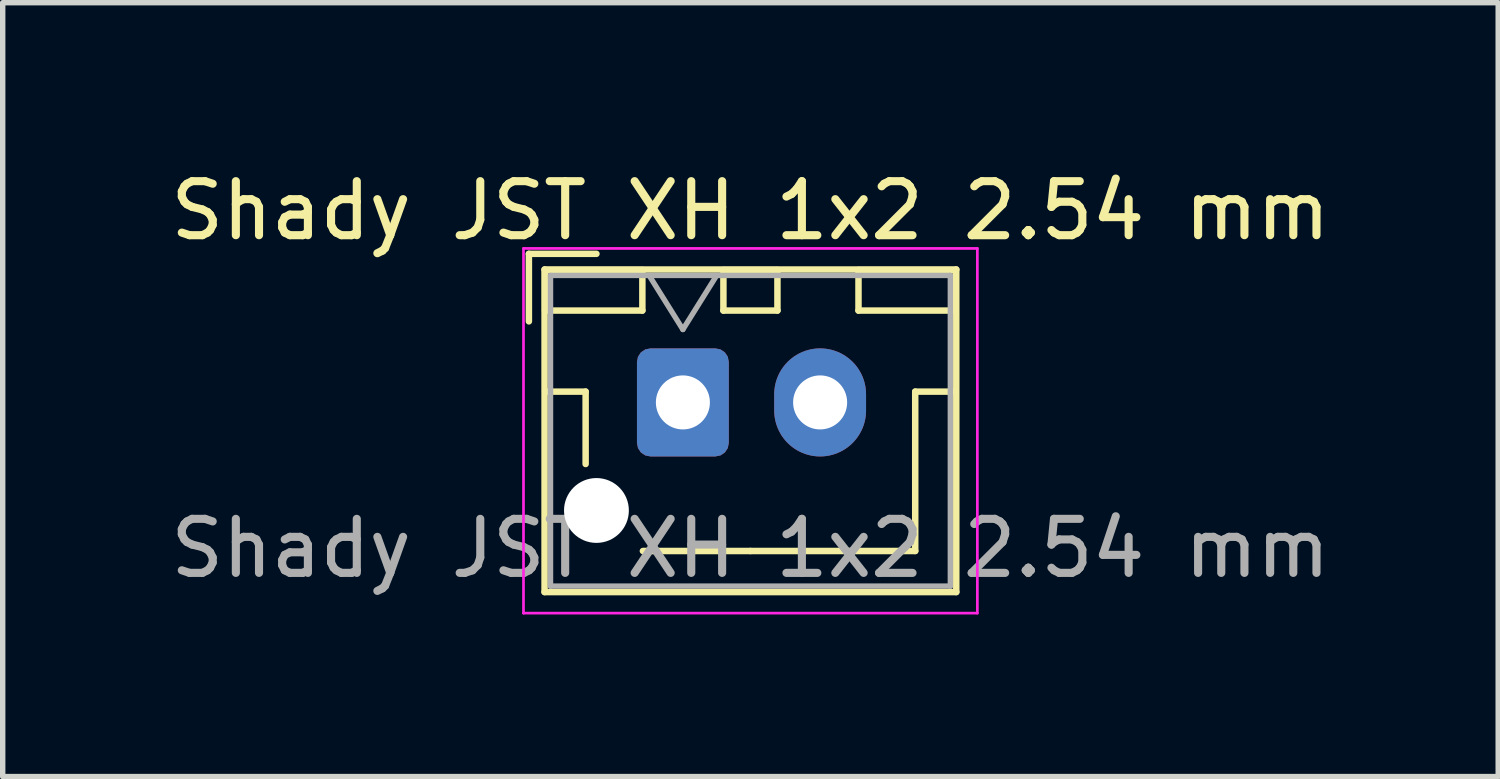
<source format=kicad_pcb>
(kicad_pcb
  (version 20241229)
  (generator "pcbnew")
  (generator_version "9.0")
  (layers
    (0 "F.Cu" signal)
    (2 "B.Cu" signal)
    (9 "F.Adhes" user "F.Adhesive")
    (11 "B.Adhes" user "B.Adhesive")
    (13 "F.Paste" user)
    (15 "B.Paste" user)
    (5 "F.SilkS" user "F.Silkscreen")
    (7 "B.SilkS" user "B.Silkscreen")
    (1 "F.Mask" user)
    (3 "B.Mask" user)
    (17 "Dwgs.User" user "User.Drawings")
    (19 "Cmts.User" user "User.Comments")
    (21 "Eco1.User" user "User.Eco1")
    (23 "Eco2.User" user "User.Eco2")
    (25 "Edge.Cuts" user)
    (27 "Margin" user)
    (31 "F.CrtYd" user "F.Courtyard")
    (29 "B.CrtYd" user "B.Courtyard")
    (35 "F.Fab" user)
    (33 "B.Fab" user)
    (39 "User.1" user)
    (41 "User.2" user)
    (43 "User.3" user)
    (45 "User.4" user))
  (footprint "Shady JST XH 1x2 2.54 mm"
    (layer "F.Cu")
    (at 9.589 4.398)
    (property "Reference" "Shady JST XH 1x2 2.54 mm" (at 1.25 -3.55 0) (layer "F.SilkS") (effects (font (size 1 1) (thickness 0.15))))
    (attr through_hole)
    (fp_line (start -2.85 -2.75) (end -2.85 -1.5) (stroke (width 0.12) (type solid)) (layer "F.SilkS"))
    (fp_line (start -2.56 -2.46) (end -2.56 3.51) (stroke (width 0.12) (type solid)) (layer "F.SilkS"))
    (fp_line (start -2.56 3.51) (end 5.06 3.51) (stroke (width 0.12) (type solid)) (layer "F.SilkS"))
    (fp_line (start -2.55 -2.45) (end -2.55 -1.7) (stroke (width 0.12) (type solid)) (layer "F.SilkS"))
    (fp_line (start -2.55 -1.7) (end -0.75 -1.7) (stroke (width 0.12) (type solid)) (layer "F.SilkS"))
    (fp_line (start -2.55 -0.2) (end -1.8 -0.2) (stroke (width 0.12) (type solid)) (layer "F.SilkS"))
    (fp_line (start -1.8 -0.2) (end -1.8 1.14) (stroke (width 0.12) (type solid)) (layer "F.SilkS"))
    (fp_line (start -1.6 -2.75) (end -2.85 -2.75) (stroke (width 0.12) (type solid)) (layer "F.SilkS"))
    (fp_line (start -0.75 -2.45) (end -2.55 -2.45) (stroke (width 0.12) (type solid)) (layer "F.SilkS"))
    (fp_line (start -0.75 -1.7) (end -0.75 -2.45) (stroke (width 0.12) (type solid)) (layer "F.SilkS"))
    (fp_line (start 0.75 -2.45) (end 0.75 -1.7) (stroke (width 0.12) (type solid)) (layer "F.SilkS"))
    (fp_line (start 0.75 -1.7) (end 1.75 -1.7) (stroke (width 0.12) (type solid)) (layer "F.SilkS"))
    (fp_line (start 1.25 2.75) (end -0.74 2.75) (stroke (width 0.12) (type solid)) (layer "F.SilkS"))
    (fp_line (start 1.75 -2.45) (end 0.75 -2.45) (stroke (width 0.12) (type solid)) (layer "F.SilkS"))
    (fp_line (start 1.75 -1.7) (end 1.75 -2.45) (stroke (width 0.12) (type solid)) (layer "F.SilkS"))
    (fp_line (start 3.25 -2.45) (end 3.25 -1.7) (stroke (width 0.12) (type solid)) (layer "F.SilkS"))
    (fp_line (start 3.25 -1.7) (end 5.05 -1.7) (stroke (width 0.12) (type solid)) (layer "F.SilkS"))
    (fp_line (start 4.3 -0.2) (end 4.3 2.75) (stroke (width 0.12) (type solid)) (layer "F.SilkS"))
    (fp_line (start 4.3 2.75) (end 1.25 2.75) (stroke (width 0.12) (type solid)) (layer "F.SilkS"))
    (fp_line (start 5.05 -2.45) (end 3.25 -2.45) (stroke (width 0.12) (type solid)) (layer "F.SilkS"))
    (fp_line (start 5.05 -1.7) (end 5.05 -2.45) (stroke (width 0.12) (type solid)) (layer "F.SilkS"))
    (fp_line (start 5.05 -0.2) (end 4.3 -0.2) (stroke (width 0.12) (type solid)) (layer "F.SilkS"))
    (fp_line (start 5.06 -2.46) (end -2.56 -2.46) (stroke (width 0.12) (type solid)) (layer "F.SilkS"))
    (fp_line (start 5.06 3.51) (end 5.06 -2.46) (stroke (width 0.12) (type solid)) (layer "F.SilkS"))
    (fp_line (start -2.95 -2.85) (end -2.95 3.9) (stroke (width 0.05) (type solid)) (layer "F.CrtYd"))
    (fp_line (start -2.95 3.9) (end 5.45 3.9) (stroke (width 0.05) (type solid)) (layer "F.CrtYd"))
    (fp_line (start 5.45 -2.85) (end -2.95 -2.85) (stroke (width 0.05) (type solid)) (layer "F.CrtYd"))
    (fp_line (start 5.45 3.9) (end 5.45 -2.85) (stroke (width 0.05) (type solid)) (layer "F.CrtYd"))
    (fp_line (start -2.45 -2.35) (end -2.45 3.4) (stroke (width 0.1) (type solid)) (layer "F.Fab"))
    (fp_line (start -2.45 3.4) (end 4.95 3.4) (stroke (width 0.1) (type solid)) (layer "F.Fab"))
    (fp_line (start -0.625 -2.35) (end 0 -1.35) (stroke (width 0.1) (type solid)) (layer "F.Fab"))
    (fp_line (start 0 -1.35) (end 0.625 -2.35) (stroke (width 0.1) (type solid)) (layer "F.Fab"))
    (fp_line (start 4.95 -2.35) (end -2.45 -2.35) (stroke (width 0.1) (type solid)) (layer "F.Fab"))
    (fp_line (start 4.95 3.4) (end 4.95 -2.35) (stroke (width 0.1) (type solid)) (layer "F.Fab"))
    (fp_text user "${REFERENCE}" (at 1.25 2.7 0) (layer "F.Fab") (effects (font (size 1 1) (thickness 0.15))))
    (pad "" np_thru_hole circle (at -1.6 2) (size 1.2 1.2) (drill 1.2) (layers "*.Cu" "*.Mask"))
    (pad "1" thru_hole roundrect (at 0 0) (size 1.7 2) (drill 1) (layers "*.Cu" "*.Mask") (roundrect_rratio 0.147))
    (pad "2" thru_hole oval (at 2.54 0) (size 1.7 2) (drill 1) (layers "*.Cu" "*.Mask")))
  (gr_rect
    (start -3 -3)
    (end 24.679 11.323)
    (stroke (width 0.1) (type default))
    (fill no)
    (layer "Edge.Cuts")))
</source>
